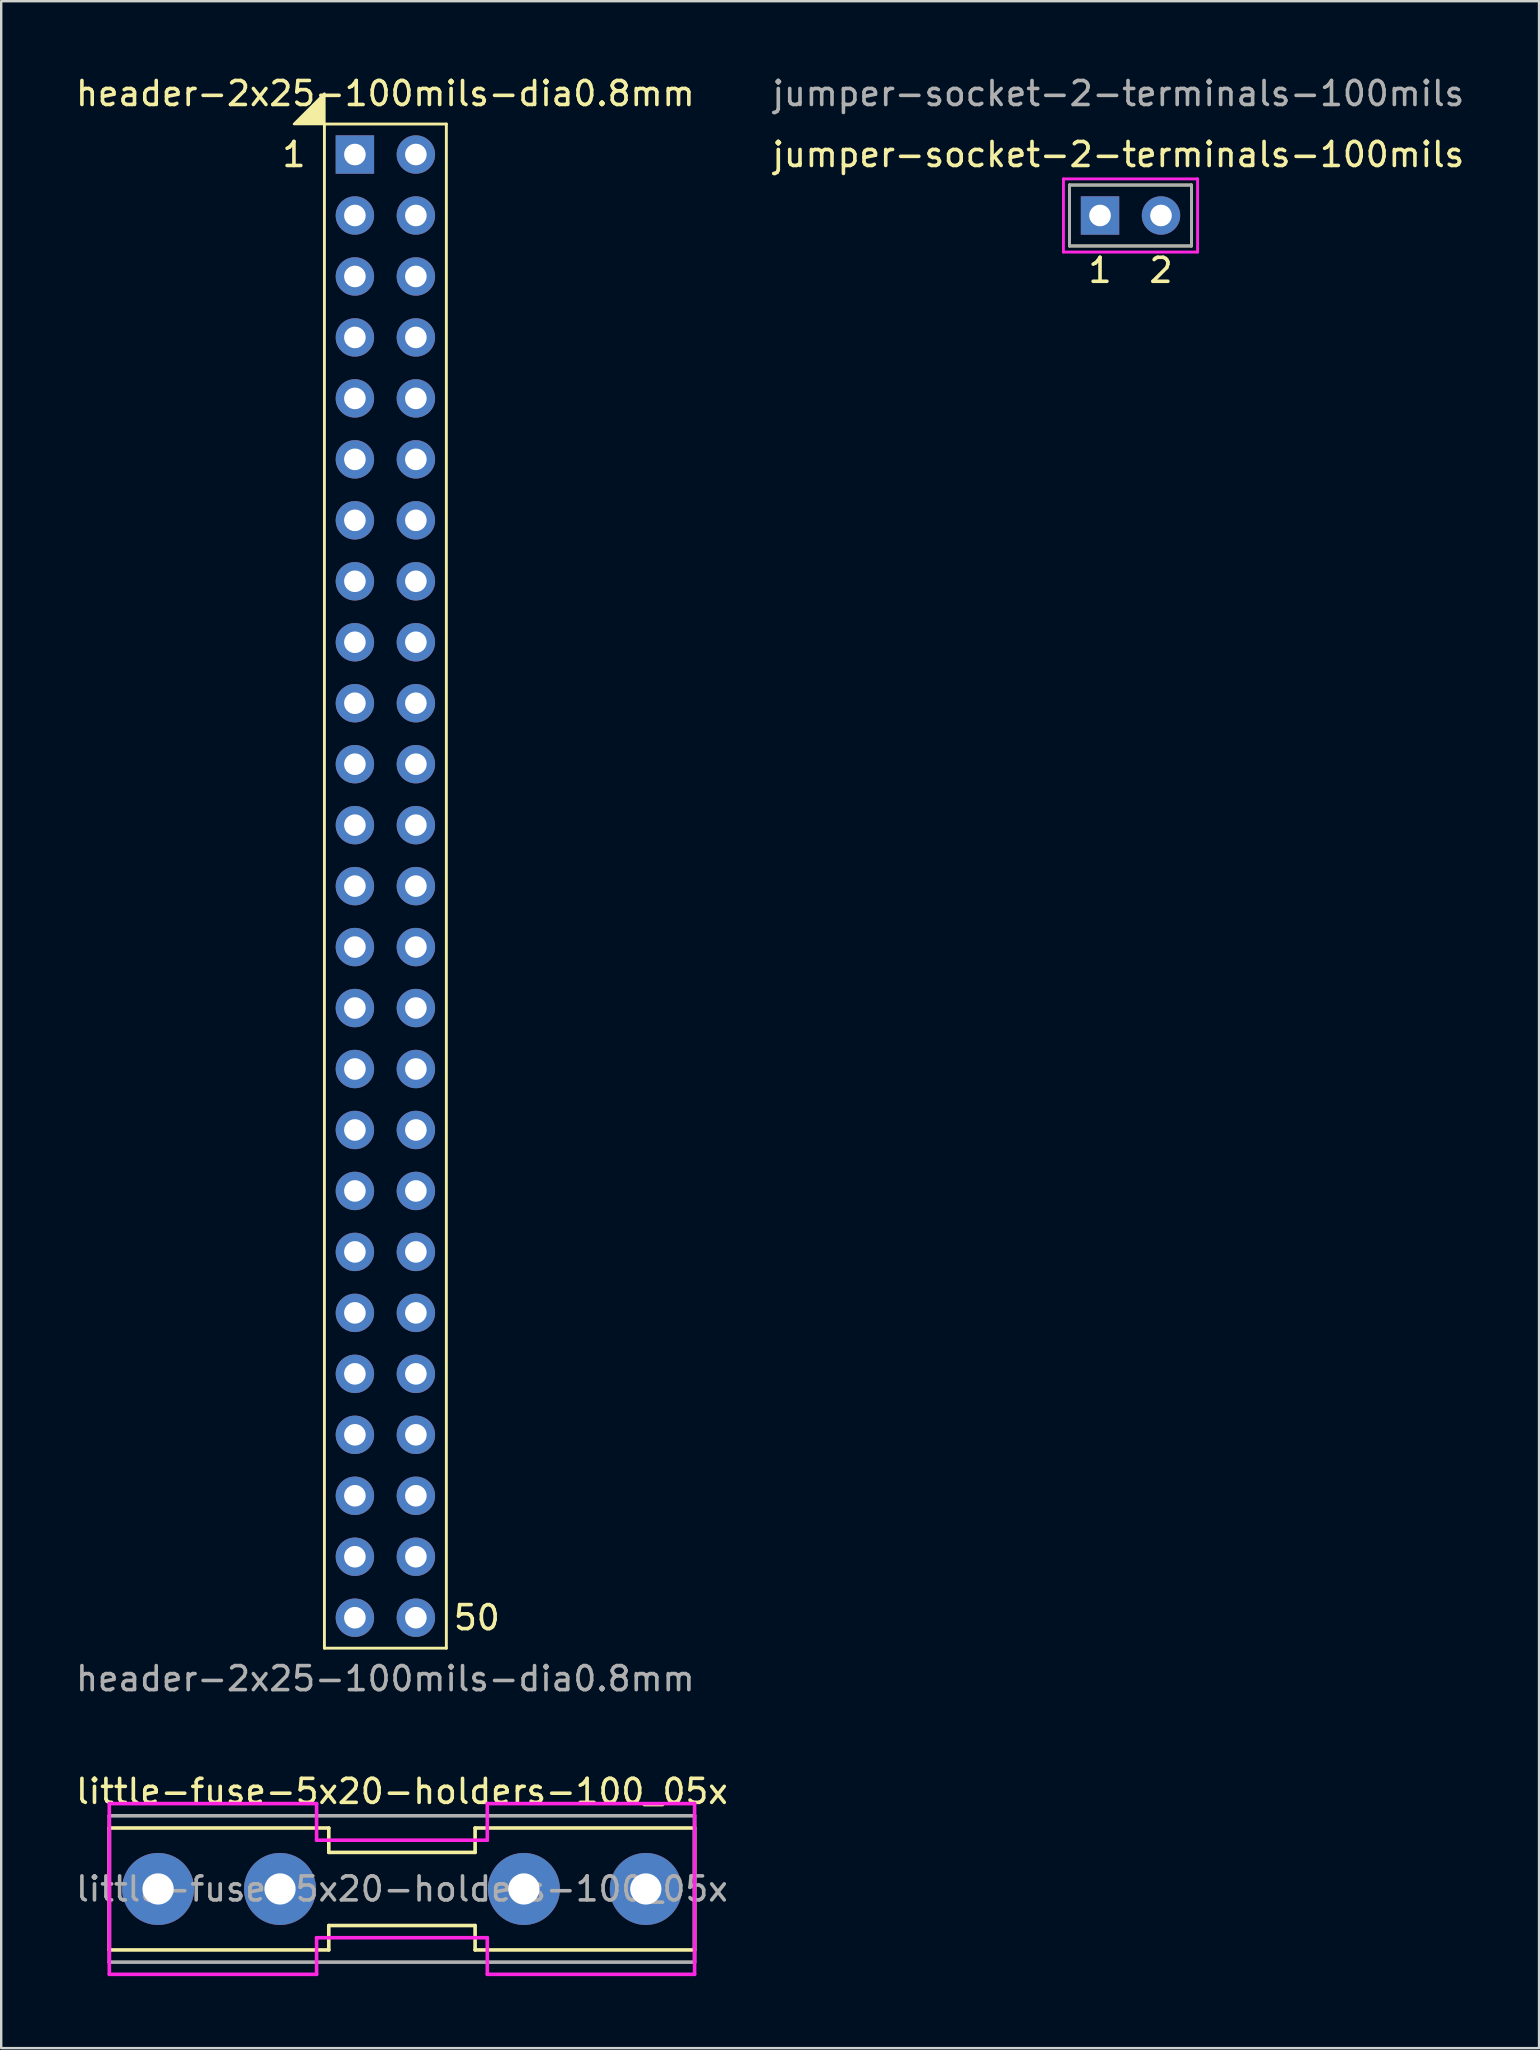
<source format=kicad_pcb>
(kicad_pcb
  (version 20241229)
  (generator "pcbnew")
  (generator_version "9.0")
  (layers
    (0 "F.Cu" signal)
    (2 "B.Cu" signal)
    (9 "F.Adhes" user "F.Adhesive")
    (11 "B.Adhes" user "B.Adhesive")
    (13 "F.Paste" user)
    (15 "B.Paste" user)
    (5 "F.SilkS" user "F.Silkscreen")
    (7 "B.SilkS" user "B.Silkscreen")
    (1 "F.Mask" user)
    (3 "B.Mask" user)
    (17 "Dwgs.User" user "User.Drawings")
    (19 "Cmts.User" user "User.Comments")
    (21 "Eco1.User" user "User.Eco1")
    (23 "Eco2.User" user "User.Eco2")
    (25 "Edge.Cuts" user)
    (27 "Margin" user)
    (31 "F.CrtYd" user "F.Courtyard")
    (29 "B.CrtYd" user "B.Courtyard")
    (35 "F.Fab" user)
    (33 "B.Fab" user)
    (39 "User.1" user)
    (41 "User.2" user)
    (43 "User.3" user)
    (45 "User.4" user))
  (footprint "little-fuse-5x20-holders-100_05x"
    (layer "F.Cu")
    (at 3.536 75.649)
    (property "Reference" "little-fuse-5x20-holders-100_05x" (at 10.16 -4.064 0) (layer "F.SilkS") (effects (font (size 1 1) (thickness 0.15))))
    (attr through_hole)
    (fp_line (start -2.032 -2.54) (end 7.112 -2.54) (stroke (width 0.15) (type solid)) (layer "F.SilkS"))
    (fp_line (start -2.032 2.54) (end -2.032 -2.54) (stroke (width 0.15) (type solid)) (layer "F.SilkS"))
    (fp_line (start 7.112 -2.54) (end 7.112 -1.524) (stroke (width 0.15) (type solid)) (layer "F.SilkS"))
    (fp_line (start 7.112 -1.524) (end 13.208 -1.524) (stroke (width 0.15) (type solid)) (layer "F.SilkS"))
    (fp_line (start 7.112 1.524) (end 13.208 1.524) (stroke (width 0.15) (type solid)) (layer "F.SilkS"))
    (fp_line (start 7.112 2.54) (end -2.032 2.54) (stroke (width 0.15) (type solid)) (layer "F.SilkS"))
    (fp_line (start 7.112 2.54) (end 7.112 1.524) (stroke (width 0.15) (type solid)) (layer "F.SilkS"))
    (fp_line (start 13.208 -2.54) (end 22.352 -2.54) (stroke (width 0.15) (type solid)) (layer "F.SilkS"))
    (fp_line (start 13.208 -1.524) (end 13.208 -2.54) (stroke (width 0.15) (type solid)) (layer "F.SilkS"))
    (fp_line (start 13.208 1.524) (end 13.208 2.54) (stroke (width 0.15) (type solid)) (layer "F.SilkS"))
    (fp_line (start 22.352 -2.54) (end 22.352 2.54) (stroke (width 0.15) (type solid)) (layer "F.SilkS"))
    (fp_line (start 22.352 2.54) (end 13.208 2.54) (stroke (width 0.15) (type solid)) (layer "F.SilkS"))
    (fp_line (start -2.032 -3.556) (end 6.604 -3.556) (stroke (width 0.15) (type solid)) (layer "F.CrtYd"))
    (fp_line (start -2.032 3.556) (end -2.032 -3.556) (stroke (width 0.15) (type solid)) (layer "F.CrtYd"))
    (fp_line (start -2.032 3.556) (end 6.604 3.556) (stroke (width 0.15) (type solid)) (layer "F.CrtYd"))
    (fp_line (start 6.604 -3.556) (end 6.604 -2.032) (stroke (width 0.15) (type solid)) (layer "F.CrtYd"))
    (fp_line (start 6.604 -2.032) (end 13.716 -2.032) (stroke (width 0.15) (type solid)) (layer "F.CrtYd"))
    (fp_line (start 6.604 2.032) (end 13.716 2.032) (stroke (width 0.15) (type solid)) (layer "F.CrtYd"))
    (fp_line (start 6.604 3.556) (end 6.604 2.032) (stroke (width 0.15) (type solid)) (layer "F.CrtYd"))
    (fp_line (start 13.716 -3.556) (end 22.352 -3.556) (stroke (width 0.15) (type solid)) (layer "F.CrtYd"))
    (fp_line (start 13.716 -2.032) (end 13.716 -3.556) (stroke (width 0.15) (type solid)) (layer "F.CrtYd"))
    (fp_line (start 13.716 2.032) (end 13.716 3.556) (stroke (width 0.15) (type solid)) (layer "F.CrtYd"))
    (fp_line (start 13.716 3.556) (end 22.352 3.556) (stroke (width 0.15) (type solid)) (layer "F.CrtYd"))
    (fp_line (start 22.352 -3.556) (end 22.352 3.556) (stroke (width 0.15) (type solid)) (layer "F.CrtYd"))
    (fp_line (start -2.032 -3.048) (end 22.352 -3.048) (stroke (width 0.15) (type solid)) (layer "F.Fab"))
    (fp_line (start -2.032 3.048) (end -2.032 -3.048) (stroke (width 0.15) (type solid)) (layer "F.Fab"))
    (fp_line (start 22.352 -3.048) (end 22.352 3.048) (stroke (width 0.15) (type solid)) (layer "F.Fab"))
    (fp_line (start 22.352 3.048) (end -2.032 3.048) (stroke (width 0.15) (type solid)) (layer "F.Fab"))
    (fp_text user "${REFERENCE}" (at 10.16 0 0) (layer "F.Fab") (effects (font (size 1 1) (thickness 0.15))))
    (pad "" thru_hole circle (at 5.08 0) (size 3 3) (drill 1.3) (layers "*.Cu" "*.Mask"))
    (pad "" thru_hole circle (at 15.24 0) (size 3 3) (drill 1.3) (layers "*.Cu" "*.Mask"))
    (pad "1" thru_hole circle (at 0 0) (size 3 3) (drill 1.3) (layers "*.Cu" "*.Mask"))
    (pad "2" thru_hole circle (at 20.32 0) (size 3 3) (drill 1.3) (layers "*.Cu" "*.Mask")))
  (footprint "header-2x25-100mils-dia0.8mm"
    (layer "F.Cu")
    (at 13.006 35.138)
    (property "Reference" "header-2x25-100mils-dia0.8mm" (at 0 -34.29 0) (layer "F.SilkS") (effects (font (size 1 1) (thickness 0.15))))
    (attr through_hole)
    (fp_line (start -2.54 -33.02) (end 2.54 -33.02) (stroke (width 0.12) (type solid)) (layer "F.SilkS"))
    (fp_line (start -2.54 30.48) (end -2.54 -33.02) (stroke (width 0.12) (type solid)) (layer "F.SilkS"))
    (fp_line (start 2.54 -33.02) (end 2.54 30.48) (stroke (width 0.12) (type solid)) (layer "F.SilkS"))
    (fp_line (start 2.54 30.48) (end -2.54 30.48) (stroke (width 0.12) (type solid)) (layer "F.SilkS"))
    (fp_poly (pts (xy -2.54 -33.02) (xy -3.81 -33.02) (xy -2.54 -34.29)) (stroke (width 0.1) (type solid)) (fill yes) (layer "F.SilkS"))
    (fp_text user "50" (at 3.81 29.21 0) (layer "F.SilkS") (effects (font (size 1 1) (thickness 0.15))))
    (fp_text user "1" (at -3.81 -31.75 0) (layer "F.SilkS") (effects (font (size 1 1) (thickness 0.15))))
    (fp_text user "${REFERENCE}" (at 0 31.75 0) (layer "F.Fab") (effects (font (size 1 1) (thickness 0.15))))
    (pad "1" thru_hole rect (at -1.27 -31.75) (size 1.6 1.6) (drill 0.9) (layers "*.Cu" "*.Mask"))
    (pad "2" thru_hole circle (at 1.27 -31.75) (size 1.6 1.6) (drill 0.9) (layers "*.Cu" "*.Mask"))
    (pad "3" thru_hole circle (at -1.27 -29.21) (size 1.6 1.6) (drill 0.9) (layers "*.Cu" "*.Mask"))
    (pad "4" thru_hole circle (at 1.27 -29.21) (size 1.6 1.6) (drill 0.9) (layers "*.Cu" "*.Mask"))
    (pad "5" thru_hole circle (at -1.27 -26.67) (size 1.6 1.6) (drill 0.9) (layers "*.Cu" "*.Mask"))
    (pad "6" thru_hole circle (at 1.27 -26.67) (size 1.6 1.6) (drill 0.9) (layers "*.Cu" "*.Mask"))
    (pad "7" thru_hole circle (at -1.27 -24.13) (size 1.6 1.6) (drill 0.9) (layers "*.Cu" "*.Mask"))
    (pad "8" thru_hole circle (at 1.27 -24.13) (size 1.6 1.6) (drill 0.9) (layers "*.Cu" "*.Mask"))
    (pad "9" thru_hole circle (at -1.27 -21.59) (size 1.6 1.6) (drill 0.9) (layers "*.Cu" "*.Mask"))
    (pad "10" thru_hole circle (at 1.27 -21.59) (size 1.6 1.6) (drill 0.9) (layers "*.Cu" "*.Mask"))
    (pad "11" thru_hole circle (at -1.27 -19.05) (size 1.6 1.6) (drill 0.9) (layers "*.Cu" "*.Mask"))
    (pad "12" thru_hole circle (at 1.27 -19.05) (size 1.6 1.6) (drill 0.9) (layers "*.Cu" "*.Mask"))
    (pad "13" thru_hole circle (at -1.27 -16.51) (size 1.6 1.6) (drill 0.9) (layers "*.Cu" "*.Mask"))
    (pad "14" thru_hole circle (at 1.27 -16.51) (size 1.6 1.6) (drill 0.9) (layers "*.Cu" "*.Mask"))
    (pad "15" thru_hole circle (at -1.27 -13.97) (size 1.6 1.6) (drill 0.9) (layers "*.Cu" "*.Mask"))
    (pad "16" thru_hole circle (at 1.27 -13.97) (size 1.6 1.6) (drill 0.9) (layers "*.Cu" "*.Mask"))
    (pad "17" thru_hole circle (at -1.27 -11.43) (size 1.6 1.6) (drill 0.9) (layers "*.Cu" "*.Mask"))
    (pad "18" thru_hole circle (at 1.27 -11.43) (size 1.6 1.6) (drill 0.9) (layers "*.Cu" "*.Mask"))
    (pad "19" thru_hole circle (at -1.27 -8.89) (size 1.6 1.6) (drill 0.9) (layers "*.Cu" "*.Mask"))
    (pad "20" thru_hole circle (at 1.27 -8.89) (size 1.6 1.6) (drill 0.9) (layers "*.Cu" "*.Mask"))
    (pad "21" thru_hole circle (at -1.27 -6.35) (size 1.6 1.6) (drill 0.9) (layers "*.Cu" "*.Mask"))
    (pad "22" thru_hole circle (at 1.27 -6.35) (size 1.6 1.6) (drill 0.9) (layers "*.Cu" "*.Mask"))
    (pad "23" thru_hole circle (at -1.27 -3.81) (size 1.6 1.6) (drill 0.9) (layers "*.Cu" "*.Mask"))
    (pad "24" thru_hole circle (at 1.27 -3.81) (size 1.6 1.6) (drill 0.9) (layers "*.Cu" "*.Mask"))
    (pad "25" thru_hole circle (at -1.27 -1.27) (size 1.6 1.6) (drill 0.9) (layers "*.Cu" "*.Mask"))
    (pad "26" thru_hole circle (at 1.27 -1.27) (size 1.6 1.6) (drill 0.9) (layers "*.Cu" "*.Mask"))
    (pad "27" thru_hole circle (at -1.27 1.27) (size 1.6 1.6) (drill 0.9) (layers "*.Cu" "*.Mask"))
    (pad "28" thru_hole circle (at 1.27 1.27) (size 1.6 1.6) (drill 0.9) (layers "*.Cu" "*.Mask"))
    (pad "29" thru_hole circle (at -1.27 3.81) (size 1.6 1.6) (drill 0.9) (layers "*.Cu" "*.Mask"))
    (pad "30" thru_hole circle (at 1.27 3.81) (size 1.6 1.6) (drill 0.9) (layers "*.Cu" "*.Mask"))
    (pad "31" thru_hole circle (at -1.27 6.35) (size 1.6 1.6) (drill 0.9) (layers "*.Cu" "*.Mask"))
    (pad "32" thru_hole circle (at 1.27 6.35) (size 1.6 1.6) (drill 0.9) (layers "*.Cu" "*.Mask"))
    (pad "33" thru_hole circle (at -1.27 8.89) (size 1.6 1.6) (drill 0.9) (layers "*.Cu" "*.Mask"))
    (pad "34" thru_hole circle (at 1.27 8.89) (size 1.6 1.6) (drill 0.9) (layers "*.Cu" "*.Mask"))
    (pad "35" thru_hole circle (at -1.27 11.43) (size 1.6 1.6) (drill 0.9) (layers "*.Cu" "*.Mask"))
    (pad "36" thru_hole circle (at 1.27 11.43) (size 1.6 1.6) (drill 0.9) (layers "*.Cu" "*.Mask"))
    (pad "37" thru_hole circle (at -1.27 13.97) (size 1.6 1.6) (drill 0.9) (layers "*.Cu" "*.Mask"))
    (pad "38" thru_hole circle (at 1.27 13.97) (size 1.6 1.6) (drill 0.9) (layers "*.Cu" "*.Mask"))
    (pad "39" thru_hole circle (at -1.27 16.51) (size 1.6 1.6) (drill 0.9) (layers "*.Cu" "*.Mask"))
    (pad "40" thru_hole circle (at 1.27 16.51) (size 1.6 1.6) (drill 0.9) (layers "*.Cu" "*.Mask"))
    (pad "41" thru_hole circle (at -1.27 19.05) (size 1.6 1.6) (drill 0.9) (layers "*.Cu" "*.Mask"))
    (pad "42" thru_hole circle (at 1.27 19.05) (size 1.6 1.6) (drill 0.9) (layers "*.Cu" "*.Mask"))
    (pad "43" thru_hole circle (at -1.27 21.59) (size 1.6 1.6) (drill 0.9) (layers "*.Cu" "*.Mask"))
    (pad "44" thru_hole circle (at 1.27 21.59) (size 1.6 1.6) (drill 0.9) (layers "*.Cu" "*.Mask"))
    (pad "45" thru_hole circle (at -1.27 24.13) (size 1.6 1.6) (drill 0.9) (layers "*.Cu" "*.Mask"))
    (pad "46" thru_hole circle (at 1.27 24.13) (size 1.6 1.6) (drill 0.9) (layers "*.Cu" "*.Mask"))
    (pad "47" thru_hole circle (at -1.27 26.67) (size 1.6 1.6) (drill 0.9) (layers "*.Cu" "*.Mask"))
    (pad "48" thru_hole circle (at 1.27 26.67) (size 1.6 1.6) (drill 0.9) (layers "*.Cu" "*.Mask"))
    (pad "49" thru_hole circle (at -1.27 29.21) (size 1.6 1.6) (drill 0.9) (layers "*.Cu" "*.Mask"))
    (pad "50" thru_hole circle (at 1.27 29.21) (size 1.6 1.6) (drill 0.9) (layers "*.Cu" "*.Mask")))
  (footprint "jumper-socket-2-terminals-100mils"
    (layer "F.Cu")
    (at 42.78 5.928)
    (property "Reference" "jumper-socket-2-terminals-100mils" (at 0.762 -2.54 0) (layer "F.SilkS") (effects (font (size 1 1) (thickness 0.15))))
    (attr through_hole)
    (fp_line (start -1.27 -1.27) (end 3.81 -1.27) (stroke (width 0.12) (type solid)) (layer "F.SilkS"))
    (fp_line (start -1.27 1.27) (end -1.27 -1.27) (stroke (width 0.12) (type solid)) (layer "F.SilkS"))
    (fp_line (start 3.81 -1.27) (end 3.81 1.27) (stroke (width 0.12) (type solid)) (layer "F.SilkS"))
    (fp_line (start 3.81 1.27) (end -1.27 1.27) (stroke (width 0.12) (type solid)) (layer "F.SilkS"))
    (fp_line (start -1.524 -1.524) (end 4.064 -1.524) (stroke (width 0.12) (type solid)) (layer "F.CrtYd"))
    (fp_line (start -1.524 1.524) (end -1.524 -1.524) (stroke (width 0.12) (type solid)) (layer "F.CrtYd"))
    (fp_line (start 4.064 -1.524) (end 4.064 1.524) (stroke (width 0.12) (type solid)) (layer "F.CrtYd"))
    (fp_line (start 4.064 1.524) (end -1.524 1.524) (stroke (width 0.12) (type solid)) (layer "F.CrtYd"))
    (fp_line (start -1.27 -1.27) (end 3.81 -1.27) (stroke (width 0.12) (type solid)) (layer "F.Fab"))
    (fp_line (start -1.27 1.27) (end -1.27 -1.27) (stroke (width 0.12) (type solid)) (layer "F.Fab"))
    (fp_line (start 3.81 -1.27) (end 3.81 1.27) (stroke (width 0.12) (type solid)) (layer "F.Fab"))
    (fp_line (start 3.81 1.27) (end -1.27 1.27) (stroke (width 0.12) (type solid)) (layer "F.Fab"))
    (fp_text user "2" (at 2.54 2.286 0) (layer "F.SilkS") (effects (font (size 1 1) (thickness 0.15))))
    (fp_text user "1" (at 0 2.286 0) (layer "F.SilkS") (effects (font (size 1 1) (thickness 0.15))))
    (fp_text user "${REFERENCE}" (at 0.762 -5.08 0) (layer "F.Fab") (effects (font (size 1 1) (thickness 0.15))))
    (pad "1" thru_hole rect (at 0 0) (size 1.6 1.6) (drill 0.9) (layers "*.Cu" "*.Mask"))
    (pad "2" thru_hole circle (at 2.54 0) (size 1.6 1.6) (drill 0.9) (layers "*.Cu" "*.Mask")))
  (gr_rect
    (start -3 -3)
    (end 61.071 82.28)
    (stroke (width 0.1) (type default))
    (fill no)
    (layer "Edge.Cuts")))
</source>
